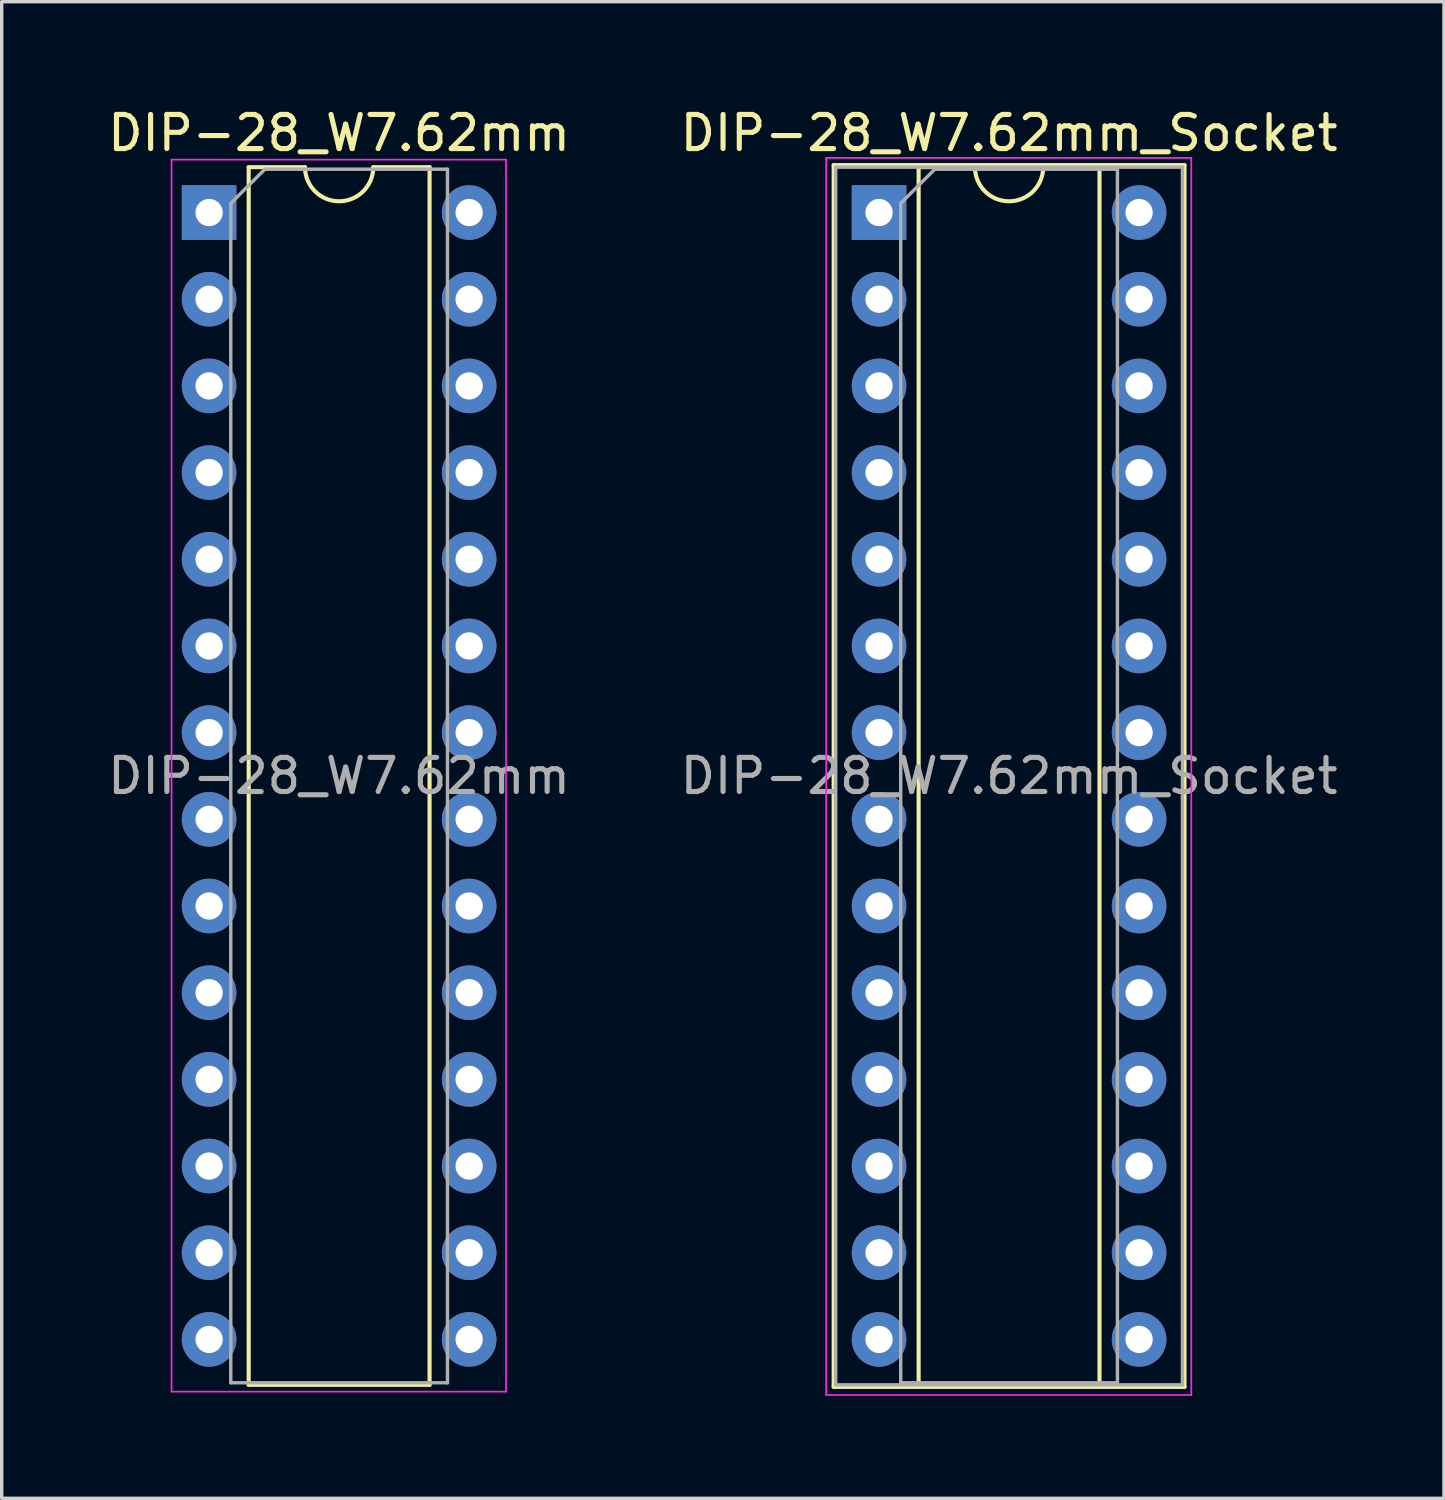
<source format=kicad_pcb>
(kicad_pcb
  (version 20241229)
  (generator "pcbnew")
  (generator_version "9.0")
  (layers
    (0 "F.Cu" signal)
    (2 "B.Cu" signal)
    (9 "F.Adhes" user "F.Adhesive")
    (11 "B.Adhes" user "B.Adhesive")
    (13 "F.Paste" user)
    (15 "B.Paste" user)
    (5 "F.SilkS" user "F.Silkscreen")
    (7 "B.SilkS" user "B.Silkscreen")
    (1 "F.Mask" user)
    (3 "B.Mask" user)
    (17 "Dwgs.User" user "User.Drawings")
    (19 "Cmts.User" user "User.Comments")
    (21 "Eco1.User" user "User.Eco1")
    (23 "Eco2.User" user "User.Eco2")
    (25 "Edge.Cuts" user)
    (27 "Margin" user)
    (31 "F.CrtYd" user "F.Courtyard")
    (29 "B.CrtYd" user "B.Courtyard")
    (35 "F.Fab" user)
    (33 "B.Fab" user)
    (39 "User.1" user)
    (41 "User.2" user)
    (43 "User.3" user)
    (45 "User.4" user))
  (footprint "DIP-28_W7.62mm"
    (layer "F.Cu")
    (at 3.077 3.178)
    (property "Reference" "DIP-28_W7.62mm" (at 3.81 -2.33 0) (layer "F.SilkS") (effects (font (size 1 1) (thickness 0.15))))
    (attr through_hole)
    (fp_line (start 1.16 -1.33) (end 1.16 34.35) (stroke (width 0.12) (type solid)) (layer "F.SilkS"))
    (fp_line (start 1.16 34.35) (end 6.46 34.35) (stroke (width 0.12) (type solid)) (layer "F.SilkS"))
    (fp_line (start 2.81 -1.33) (end 1.16 -1.33) (stroke (width 0.12) (type solid)) (layer "F.SilkS"))
    (fp_line (start 6.46 -1.33) (end 4.81 -1.33) (stroke (width 0.12) (type solid)) (layer "F.SilkS"))
    (fp_line (start 6.46 34.35) (end 6.46 -1.33) (stroke (width 0.12) (type solid)) (layer "F.SilkS"))
    (fp_arc (start 4.81 -1.33) (mid 3.81 -0.33) (end 2.81 -1.33) (stroke (width 0.12) (type solid)) (layer "F.SilkS"))
    (fp_line (start -1.1 -1.55) (end -1.1 34.55) (stroke (width 0.05) (type solid)) (layer "F.CrtYd"))
    (fp_line (start -1.1 34.55) (end 8.7 34.55) (stroke (width 0.05) (type solid)) (layer "F.CrtYd"))
    (fp_line (start 8.7 -1.55) (end -1.1 -1.55) (stroke (width 0.05) (type solid)) (layer "F.CrtYd"))
    (fp_line (start 8.7 34.55) (end 8.7 -1.55) (stroke (width 0.05) (type solid)) (layer "F.CrtYd"))
    (fp_line (start 0.635 -0.27) (end 1.635 -1.27) (stroke (width 0.1) (type solid)) (layer "F.Fab"))
    (fp_line (start 0.635 34.29) (end 0.635 -0.27) (stroke (width 0.1) (type solid)) (layer "F.Fab"))
    (fp_line (start 1.635 -1.27) (end 6.985 -1.27) (stroke (width 0.1) (type solid)) (layer "F.Fab"))
    (fp_line (start 6.985 -1.27) (end 6.985 34.29) (stroke (width 0.1) (type solid)) (layer "F.Fab"))
    (fp_line (start 6.985 34.29) (end 0.635 34.29) (stroke (width 0.1) (type solid)) (layer "F.Fab"))
    (fp_text user "${REFERENCE}" (at 3.81 16.51 0) (layer "F.Fab") (effects (font (size 1 1) (thickness 0.15))))
    (pad "1" thru_hole rect (at 0 0) (size 1.6 1.6) (drill 0.8) (layers "*.Cu" "*.Mask"))
    (pad "2" thru_hole oval (at 0 2.54) (size 1.6 1.6) (drill 0.8) (layers "*.Cu" "*.Mask"))
    (pad "3" thru_hole oval (at 0 5.08) (size 1.6 1.6) (drill 0.8) (layers "*.Cu" "*.Mask"))
    (pad "4" thru_hole oval (at 0 7.62) (size 1.6 1.6) (drill 0.8) (layers "*.Cu" "*.Mask"))
    (pad "5" thru_hole oval (at 0 10.16) (size 1.6 1.6) (drill 0.8) (layers "*.Cu" "*.Mask"))
    (pad "6" thru_hole oval (at 0 12.7) (size 1.6 1.6) (drill 0.8) (layers "*.Cu" "*.Mask"))
    (pad "7" thru_hole oval (at 0 15.24) (size 1.6 1.6) (drill 0.8) (layers "*.Cu" "*.Mask"))
    (pad "8" thru_hole oval (at 0 17.78) (size 1.6 1.6) (drill 0.8) (layers "*.Cu" "*.Mask"))
    (pad "9" thru_hole oval (at 0 20.32) (size 1.6 1.6) (drill 0.8) (layers "*.Cu" "*.Mask"))
    (pad "10" thru_hole oval (at 0 22.86) (size 1.6 1.6) (drill 0.8) (layers "*.Cu" "*.Mask"))
    (pad "11" thru_hole oval (at 0 25.4) (size 1.6 1.6) (drill 0.8) (layers "*.Cu" "*.Mask"))
    (pad "12" thru_hole oval (at 0 27.94) (size 1.6 1.6) (drill 0.8) (layers "*.Cu" "*.Mask"))
    (pad "13" thru_hole oval (at 0 30.48) (size 1.6 1.6) (drill 0.8) (layers "*.Cu" "*.Mask"))
    (pad "14" thru_hole oval (at 0 33.02) (size 1.6 1.6) (drill 0.8) (layers "*.Cu" "*.Mask"))
    (pad "15" thru_hole oval (at 7.62 33.02) (size 1.6 1.6) (drill 0.8) (layers "*.Cu" "*.Mask"))
    (pad "16" thru_hole oval (at 7.62 30.48) (size 1.6 1.6) (drill 0.8) (layers "*.Cu" "*.Mask"))
    (pad "17" thru_hole oval (at 7.62 27.94) (size 1.6 1.6) (drill 0.8) (layers "*.Cu" "*.Mask"))
    (pad "18" thru_hole oval (at 7.62 25.4) (size 1.6 1.6) (drill 0.8) (layers "*.Cu" "*.Mask"))
    (pad "19" thru_hole oval (at 7.62 22.86) (size 1.6 1.6) (drill 0.8) (layers "*.Cu" "*.Mask"))
    (pad "20" thru_hole oval (at 7.62 20.32) (size 1.6 1.6) (drill 0.8) (layers "*.Cu" "*.Mask"))
    (pad "21" thru_hole oval (at 7.62 17.78) (size 1.6 1.6) (drill 0.8) (layers "*.Cu" "*.Mask"))
    (pad "22" thru_hole oval (at 7.62 15.24) (size 1.6 1.6) (drill 0.8) (layers "*.Cu" "*.Mask"))
    (pad "23" thru_hole oval (at 7.62 12.7) (size 1.6 1.6) (drill 0.8) (layers "*.Cu" "*.Mask"))
    (pad "24" thru_hole oval (at 7.62 10.16) (size 1.6 1.6) (drill 0.8) (layers "*.Cu" "*.Mask"))
    (pad "25" thru_hole oval (at 7.62 7.62) (size 1.6 1.6) (drill 0.8) (layers "*.Cu" "*.Mask"))
    (pad "26" thru_hole oval (at 7.62 5.08) (size 1.6 1.6) (drill 0.8) (layers "*.Cu" "*.Mask"))
    (pad "27" thru_hole oval (at 7.62 2.54) (size 1.6 1.6) (drill 0.8) (layers "*.Cu" "*.Mask"))
    (pad "28" thru_hole oval (at 7.62 0) (size 1.6 1.6) (drill 0.8) (layers "*.Cu" "*.Mask")))
  (footprint "DIP-28_W7.62mm_Socket"
    (layer "F.Cu")
    (at 22.708 3.178)
    (property "Reference" "DIP-28_W7.62mm_Socket" (at 3.81 -2.33 0) (layer "F.SilkS") (effects (font (size 1 1) (thickness 0.15))))
    (attr through_hole)
    (fp_line (start -1.33 -1.39) (end -1.33 34.41) (stroke (width 0.12) (type solid)) (layer "F.SilkS"))
    (fp_line (start -1.33 34.41) (end 8.95 34.41) (stroke (width 0.12) (type solid)) (layer "F.SilkS"))
    (fp_line (start 1.16 -1.33) (end 1.16 34.35) (stroke (width 0.12) (type solid)) (layer "F.SilkS"))
    (fp_line (start 1.16 34.35) (end 6.46 34.35) (stroke (width 0.12) (type solid)) (layer "F.SilkS"))
    (fp_line (start 2.81 -1.33) (end 1.16 -1.33) (stroke (width 0.12) (type solid)) (layer "F.SilkS"))
    (fp_line (start 6.46 -1.33) (end 4.81 -1.33) (stroke (width 0.12) (type solid)) (layer "F.SilkS"))
    (fp_line (start 6.46 34.35) (end 6.46 -1.33) (stroke (width 0.12) (type solid)) (layer "F.SilkS"))
    (fp_line (start 8.95 -1.39) (end -1.33 -1.39) (stroke (width 0.12) (type solid)) (layer "F.SilkS"))
    (fp_line (start 8.95 34.41) (end 8.95 -1.39) (stroke (width 0.12) (type solid)) (layer "F.SilkS"))
    (fp_arc (start 4.81 -1.33) (mid 3.81 -0.33) (end 2.81 -1.33) (stroke (width 0.12) (type solid)) (layer "F.SilkS"))
    (fp_line (start -1.55 -1.6) (end -1.55 34.65) (stroke (width 0.05) (type solid)) (layer "F.CrtYd"))
    (fp_line (start -1.55 34.65) (end 9.15 34.65) (stroke (width 0.05) (type solid)) (layer "F.CrtYd"))
    (fp_line (start 9.15 -1.6) (end -1.55 -1.6) (stroke (width 0.05) (type solid)) (layer "F.CrtYd"))
    (fp_line (start 9.15 34.65) (end 9.15 -1.6) (stroke (width 0.05) (type solid)) (layer "F.CrtYd"))
    (fp_line (start -1.27 -1.33) (end -1.27 34.35) (stroke (width 0.1) (type solid)) (layer "F.Fab"))
    (fp_line (start -1.27 34.35) (end 8.89 34.35) (stroke (width 0.1) (type solid)) (layer "F.Fab"))
    (fp_line (start 0.635 -0.27) (end 1.635 -1.27) (stroke (width 0.1) (type solid)) (layer "F.Fab"))
    (fp_line (start 0.635 34.29) (end 0.635 -0.27) (stroke (width 0.1) (type solid)) (layer "F.Fab"))
    (fp_line (start 1.635 -1.27) (end 6.985 -1.27) (stroke (width 0.1) (type solid)) (layer "F.Fab"))
    (fp_line (start 6.985 -1.27) (end 6.985 34.29) (stroke (width 0.1) (type solid)) (layer "F.Fab"))
    (fp_line (start 6.985 34.29) (end 0.635 34.29) (stroke (width 0.1) (type solid)) (layer "F.Fab"))
    (fp_line (start 8.89 -1.33) (end -1.27 -1.33) (stroke (width 0.1) (type solid)) (layer "F.Fab"))
    (fp_line (start 8.89 34.35) (end 8.89 -1.33) (stroke (width 0.1) (type solid)) (layer "F.Fab"))
    (fp_text user "${REFERENCE}" (at 3.81 16.51 0) (layer "F.Fab") (effects (font (size 1 1) (thickness 0.15))))
    (pad "1" thru_hole rect (at 0 0) (size 1.6 1.6) (drill 0.8) (layers "*.Cu" "*.Mask"))
    (pad "2" thru_hole oval (at 0 2.54) (size 1.6 1.6) (drill 0.8) (layers "*.Cu" "*.Mask"))
    (pad "3" thru_hole oval (at 0 5.08) (size 1.6 1.6) (drill 0.8) (layers "*.Cu" "*.Mask"))
    (pad "4" thru_hole oval (at 0 7.62) (size 1.6 1.6) (drill 0.8) (layers "*.Cu" "*.Mask"))
    (pad "5" thru_hole oval (at 0 10.16) (size 1.6 1.6) (drill 0.8) (layers "*.Cu" "*.Mask"))
    (pad "6" thru_hole oval (at 0 12.7) (size 1.6 1.6) (drill 0.8) (layers "*.Cu" "*.Mask"))
    (pad "7" thru_hole oval (at 0 15.24) (size 1.6 1.6) (drill 0.8) (layers "*.Cu" "*.Mask"))
    (pad "8" thru_hole oval (at 0 17.78) (size 1.6 1.6) (drill 0.8) (layers "*.Cu" "*.Mask"))
    (pad "9" thru_hole oval (at 0 20.32) (size 1.6 1.6) (drill 0.8) (layers "*.Cu" "*.Mask"))
    (pad "10" thru_hole oval (at 0 22.86) (size 1.6 1.6) (drill 0.8) (layers "*.Cu" "*.Mask"))
    (pad "11" thru_hole oval (at 0 25.4) (size 1.6 1.6) (drill 0.8) (layers "*.Cu" "*.Mask"))
    (pad "12" thru_hole oval (at 0 27.94) (size 1.6 1.6) (drill 0.8) (layers "*.Cu" "*.Mask"))
    (pad "13" thru_hole oval (at 0 30.48) (size 1.6 1.6) (drill 0.8) (layers "*.Cu" "*.Mask"))
    (pad "14" thru_hole oval (at 0 33.02) (size 1.6 1.6) (drill 0.8) (layers "*.Cu" "*.Mask"))
    (pad "15" thru_hole oval (at 7.62 33.02) (size 1.6 1.6) (drill 0.8) (layers "*.Cu" "*.Mask"))
    (pad "16" thru_hole oval (at 7.62 30.48) (size 1.6 1.6) (drill 0.8) (layers "*.Cu" "*.Mask"))
    (pad "17" thru_hole oval (at 7.62 27.94) (size 1.6 1.6) (drill 0.8) (layers "*.Cu" "*.Mask"))
    (pad "18" thru_hole oval (at 7.62 25.4) (size 1.6 1.6) (drill 0.8) (layers "*.Cu" "*.Mask"))
    (pad "19" thru_hole oval (at 7.62 22.86) (size 1.6 1.6) (drill 0.8) (layers "*.Cu" "*.Mask"))
    (pad "20" thru_hole oval (at 7.62 20.32) (size 1.6 1.6) (drill 0.8) (layers "*.Cu" "*.Mask"))
    (pad "21" thru_hole oval (at 7.62 17.78) (size 1.6 1.6) (drill 0.8) (layers "*.Cu" "*.Mask"))
    (pad "22" thru_hole oval (at 7.62 15.24) (size 1.6 1.6) (drill 0.8) (layers "*.Cu" "*.Mask"))
    (pad "23" thru_hole oval (at 7.62 12.7) (size 1.6 1.6) (drill 0.8) (layers "*.Cu" "*.Mask"))
    (pad "24" thru_hole oval (at 7.62 10.16) (size 1.6 1.6) (drill 0.8) (layers "*.Cu" "*.Mask"))
    (pad "25" thru_hole oval (at 7.62 7.62) (size 1.6 1.6) (drill 0.8) (layers "*.Cu" "*.Mask"))
    (pad "26" thru_hole oval (at 7.62 5.08) (size 1.6 1.6) (drill 0.8) (layers "*.Cu" "*.Mask"))
    (pad "27" thru_hole oval (at 7.62 2.54) (size 1.6 1.6) (drill 0.8) (layers "*.Cu" "*.Mask"))
    (pad "28" thru_hole oval (at 7.62 0) (size 1.6 1.6) (drill 0.8) (layers "*.Cu" "*.Mask")))
  (gr_rect
    (start -3 -3)
    (end 39.262 40.853)
    (stroke (width 0.1) (type default))
    (fill no)
    (layer "Edge.Cuts")))
</source>
